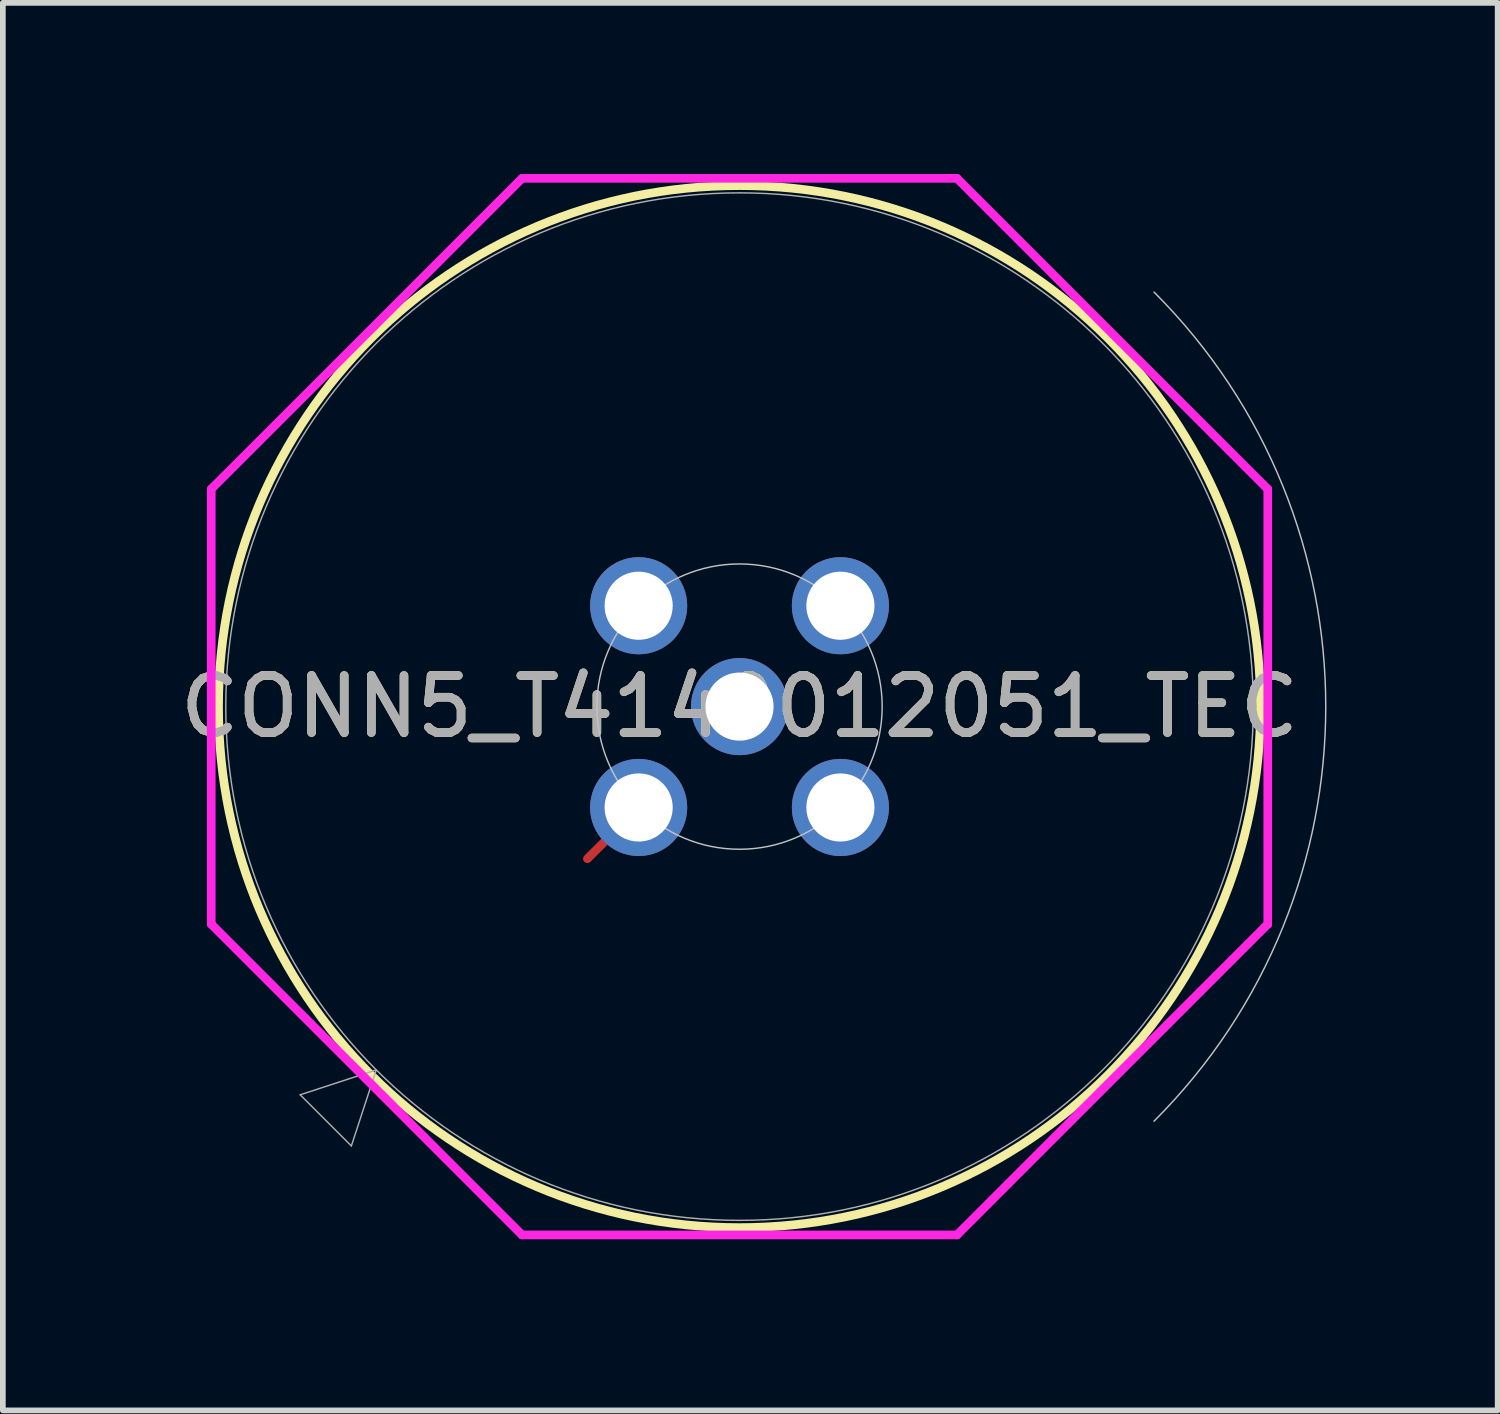
<source format=kicad_pcb>
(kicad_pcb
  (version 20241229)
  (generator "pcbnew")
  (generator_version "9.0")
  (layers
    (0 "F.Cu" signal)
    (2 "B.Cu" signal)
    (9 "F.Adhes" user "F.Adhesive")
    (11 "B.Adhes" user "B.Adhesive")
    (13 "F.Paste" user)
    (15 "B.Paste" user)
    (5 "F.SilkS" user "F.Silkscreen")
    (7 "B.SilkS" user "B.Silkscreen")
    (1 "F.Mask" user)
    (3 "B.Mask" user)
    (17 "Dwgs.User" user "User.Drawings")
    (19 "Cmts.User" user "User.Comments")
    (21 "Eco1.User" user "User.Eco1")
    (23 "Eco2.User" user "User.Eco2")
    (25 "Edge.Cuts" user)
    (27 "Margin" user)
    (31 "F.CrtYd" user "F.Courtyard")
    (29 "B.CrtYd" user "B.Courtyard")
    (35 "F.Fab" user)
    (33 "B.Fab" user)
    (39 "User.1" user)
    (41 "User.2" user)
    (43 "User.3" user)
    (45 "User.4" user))
  (footprint "CONN5_T4140012051_TEC"
    (layer "F.Cu")
    (at 8.143 11.102)
    (property "Reference" "CONN5_T4140012051_TEC" (at 1.768 -1.768 0) (unlocked yes) (layer "F.SilkS") (effects (font (size 1 1) (thickness 0.15))))
    (attr through_hole)
    (fp_line (start 0 0) (end -0.898 0.898) (stroke (width 0.152) (type solid)) (layer "F.Cu"))
    (fp_circle (center 1.768 -1.768) (end 10.899 -1.768) (stroke (width 0.152) (type solid)) (fill no) (layer "F.SilkS"))
    (fp_arc (start 9.032794 -9.032794) (mid 12.042067 -1.767767) (end 9.032794 5.49726) (stroke (width 0.0254) (type solid)) (layer "Dwgs.User"))
    (fp_circle (center 1.768 -1.768) (end 4.268 -1.768) (stroke (width 0.025) (type solid)) (fill no) (layer "Dwgs.User"))
    (fp_line (start -7.491 -5.58) (end -2.044 -11.026) (stroke (width 0.152) (type solid)) (layer "F.CrtYd"))
    (fp_line (start -7.491 2.044) (end -7.491 -5.58) (stroke (width 0.152) (type solid)) (layer "F.CrtYd"))
    (fp_line (start -2.044 -11.026) (end 5.58 -11.026) (stroke (width 0.152) (type solid)) (layer "F.CrtYd"))
    (fp_line (start -2.044 7.491) (end -7.491 2.044) (stroke (width 0.152) (type solid)) (layer "F.CrtYd"))
    (fp_line (start 5.58 -11.026) (end 11.026 -5.58) (stroke (width 0.152) (type solid)) (layer "F.CrtYd"))
    (fp_line (start 5.58 7.491) (end -2.044 7.491) (stroke (width 0.152) (type solid)) (layer "F.CrtYd"))
    (fp_line (start 11.026 -5.58) (end 11.026 2.044) (stroke (width 0.152) (type solid)) (layer "F.CrtYd"))
    (fp_line (start 11.026 2.044) (end 5.58 7.491) (stroke (width 0.152) (type solid)) (layer "F.CrtYd"))
    (fp_line (start -5.932 5.035) (end -4.599 4.599) (stroke (width 0.025) (type solid)) (layer "F.Fab"))
    (fp_line (start -5.035 5.932) (end -5.932 5.035) (stroke (width 0.025) (type solid)) (layer "F.Fab"))
    (fp_line (start -4.599 4.599) (end -5.035 5.932) (stroke (width 0.025) (type solid)) (layer "F.Fab"))
    (fp_circle (center 1.768 -1.768) (end 10.772 -1.768) (stroke (width 0.025) (type solid)) (fill no) (layer "F.Fab"))
    (fp_text user "${REFERENCE}" (at 1.768 -1.768 0) (unlocked yes) (layer "F.Fab") (effects (font (size 1 1) (thickness 0.15))))
    (pad "1" thru_hole circle (at 0.000001 -0.000001) (size 1.702 1.702) (drill 1.194) (layers "*.Cu" "*.Mask"))
    (pad "2" thru_hole circle (at 3.536 -0.000001 90) (size 1.702 1.702) (drill 1.194) (layers "*.Cu" "*.Mask"))
    (pad "3" thru_hole circle (at 3.536 -3.536) (size 1.702 1.702) (drill 1.194) (layers "*.Cu" "*.Mask"))
    (pad "4" thru_hole circle (at 0.000001 -3.536 90) (size 1.702 1.702) (drill 1.194) (layers "*.Cu" "*.Mask"))
    (pad "5" thru_hole circle (at 1.768 -1.768) (size 1.702 1.702) (drill 1.194) (layers "*.Cu" "*.Mask")))
  (gr_rect
    (start -3 -3)
    (end 23.198 21.669)
    (stroke (width 0.1) (type default))
    (fill no)
    (layer "Edge.Cuts")))
</source>
